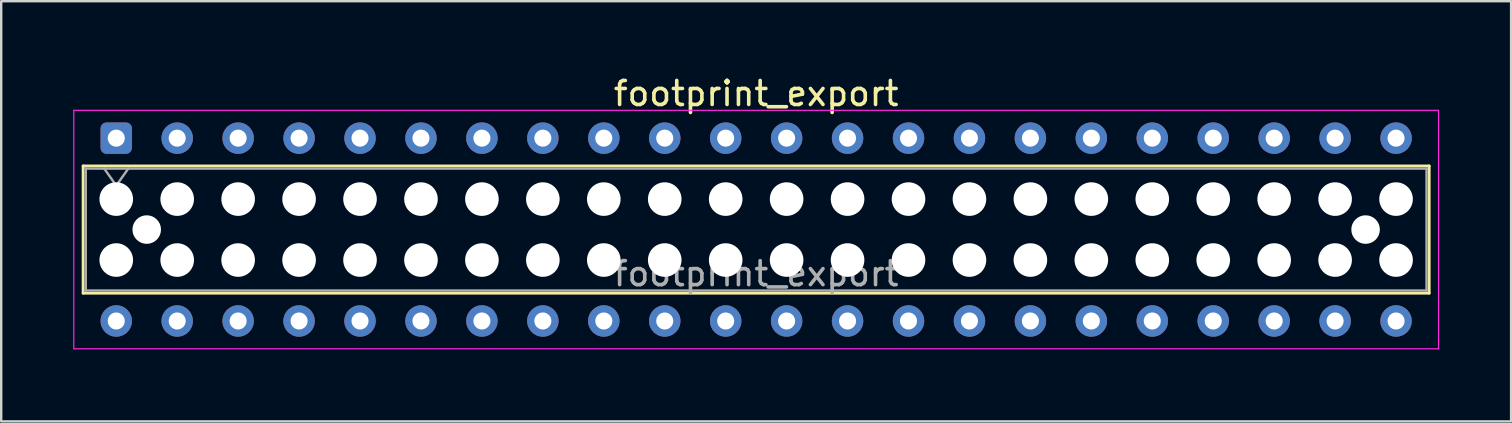
<source format=kicad_pcb>
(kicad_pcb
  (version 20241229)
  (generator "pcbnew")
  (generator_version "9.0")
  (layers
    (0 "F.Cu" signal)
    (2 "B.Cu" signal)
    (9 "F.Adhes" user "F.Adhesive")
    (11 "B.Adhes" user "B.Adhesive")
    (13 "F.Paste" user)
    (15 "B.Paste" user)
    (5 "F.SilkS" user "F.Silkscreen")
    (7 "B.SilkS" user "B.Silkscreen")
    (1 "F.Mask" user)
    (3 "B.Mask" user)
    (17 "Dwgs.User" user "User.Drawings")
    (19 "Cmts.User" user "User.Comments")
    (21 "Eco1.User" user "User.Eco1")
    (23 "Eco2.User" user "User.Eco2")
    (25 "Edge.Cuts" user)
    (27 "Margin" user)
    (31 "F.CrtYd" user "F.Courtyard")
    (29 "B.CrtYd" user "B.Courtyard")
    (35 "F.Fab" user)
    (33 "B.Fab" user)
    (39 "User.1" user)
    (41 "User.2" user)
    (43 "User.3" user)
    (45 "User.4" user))
  (footprint "footprint_export"
    (layer "F.Cu")
    (at 1.795 2.708)
    (property "Reference" "footprint_export" (at 26.67 -1.86 0) (layer "F.SilkS") (effects (font (size 1 1) (thickness 0.15))))
    (attr through_hole)
    (fp_line (start -1.38 1.16) (end 54.72 1.16) (stroke (width 0.12) (type solid)) (layer "F.SilkS"))
    (fp_line (start -1.38 6.46) (end -1.38 1.16) (stroke (width 0.12) (type solid)) (layer "F.SilkS"))
    (fp_line (start 54.72 1.16) (end 54.72 6.46) (stroke (width 0.12) (type solid)) (layer "F.SilkS"))
    (fp_line (start 54.72 6.46) (end -1.38 6.46) (stroke (width 0.12) (type solid)) (layer "F.SilkS"))
    (fp_line (start -1.77 -1.16) (end 55.11 -1.16) (stroke (width 0.05) (type solid)) (layer "F.CrtYd"))
    (fp_line (start -1.77 8.78) (end -1.77 -1.16) (stroke (width 0.05) (type solid)) (layer "F.CrtYd"))
    (fp_line (start 55.11 -1.16) (end 55.11 8.78) (stroke (width 0.05) (type solid)) (layer "F.CrtYd"))
    (fp_line (start 55.11 8.78) (end -1.77 8.78) (stroke (width 0.05) (type solid)) (layer "F.CrtYd"))
    (fp_line (start -1.27 1.27) (end 54.61 1.27) (stroke (width 0.1) (type solid)) (layer "F.Fab"))
    (fp_line (start -1.27 6.35) (end -1.27 1.27) (stroke (width 0.1) (type solid)) (layer "F.Fab"))
    (fp_line (start -0.5 1.27) (end 0 1.977) (stroke (width 0.1) (type solid)) (layer "F.Fab"))
    (fp_line (start 0 1.977) (end 0.5 1.27) (stroke (width 0.1) (type solid)) (layer "F.Fab"))
    (fp_line (start 54.61 1.27) (end 54.61 6.35) (stroke (width 0.1) (type solid)) (layer "F.Fab"))
    (fp_line (start 54.61 6.35) (end -1.27 6.35) (stroke (width 0.1) (type solid)) (layer "F.Fab"))
    (fp_text user "${REFERENCE}" (at 26.67 5.65 0) (layer "F.Fab") (effects (font (size 1 1) (thickness 0.15))))
    (pad "" np_thru_hole circle (at 0 2.54) (size 1.4 1.4) (drill 1.4) (layers "*.Cu" "*.Mask"))
    (pad "" np_thru_hole circle (at 0 5.08) (size 1.4 1.4) (drill 1.4) (layers "*.Cu" "*.Mask"))
    (pad "" np_thru_hole circle (at 1.27 3.81) (size 1.19 1.19) (drill 1.19) (layers "*.Cu" "*.Mask"))
    (pad "" np_thru_hole circle (at 2.54 2.54) (size 1.4 1.4) (drill 1.4) (layers "*.Cu" "*.Mask"))
    (pad "" np_thru_hole circle (at 2.54 5.08) (size 1.4 1.4) (drill 1.4) (layers "*.Cu" "*.Mask"))
    (pad "" np_thru_hole circle (at 5.08 2.54) (size 1.4 1.4) (drill 1.4) (layers "*.Cu" "*.Mask"))
    (pad "" np_thru_hole circle (at 5.08 5.08) (size 1.4 1.4) (drill 1.4) (layers "*.Cu" "*.Mask"))
    (pad "" np_thru_hole circle (at 7.62 2.54) (size 1.4 1.4) (drill 1.4) (layers "*.Cu" "*.Mask"))
    (pad "" np_thru_hole circle (at 7.62 5.08) (size 1.4 1.4) (drill 1.4) (layers "*.Cu" "*.Mask"))
    (pad "" np_thru_hole circle (at 10.16 2.54) (size 1.4 1.4) (drill 1.4) (layers "*.Cu" "*.Mask"))
    (pad "" np_thru_hole circle (at 10.16 5.08) (size 1.4 1.4) (drill 1.4) (layers "*.Cu" "*.Mask"))
    (pad "" np_thru_hole circle (at 12.7 2.54) (size 1.4 1.4) (drill 1.4) (layers "*.Cu" "*.Mask"))
    (pad "" np_thru_hole circle (at 12.7 5.08) (size 1.4 1.4) (drill 1.4) (layers "*.Cu" "*.Mask"))
    (pad "" np_thru_hole circle (at 15.24 2.54) (size 1.4 1.4) (drill 1.4) (layers "*.Cu" "*.Mask"))
    (pad "" np_thru_hole circle (at 15.24 5.08) (size 1.4 1.4) (drill 1.4) (layers "*.Cu" "*.Mask"))
    (pad "" np_thru_hole circle (at 17.78 2.54) (size 1.4 1.4) (drill 1.4) (layers "*.Cu" "*.Mask"))
    (pad "" np_thru_hole circle (at 17.78 5.08) (size 1.4 1.4) (drill 1.4) (layers "*.Cu" "*.Mask"))
    (pad "" np_thru_hole circle (at 20.32 2.54) (size 1.4 1.4) (drill 1.4) (layers "*.Cu" "*.Mask"))
    (pad "" np_thru_hole circle (at 20.32 5.08) (size 1.4 1.4) (drill 1.4) (layers "*.Cu" "*.Mask"))
    (pad "" np_thru_hole circle (at 22.86 2.54) (size 1.4 1.4) (drill 1.4) (layers "*.Cu" "*.Mask"))
    (pad "" np_thru_hole circle (at 22.86 5.08) (size 1.4 1.4) (drill 1.4) (layers "*.Cu" "*.Mask"))
    (pad "" np_thru_hole circle (at 25.4 2.54) (size 1.4 1.4) (drill 1.4) (layers "*.Cu" "*.Mask"))
    (pad "" np_thru_hole circle (at 25.4 5.08) (size 1.4 1.4) (drill 1.4) (layers "*.Cu" "*.Mask"))
    (pad "" np_thru_hole circle (at 27.94 2.54) (size 1.4 1.4) (drill 1.4) (layers "*.Cu" "*.Mask"))
    (pad "" np_thru_hole circle (at 27.94 5.08) (size 1.4 1.4) (drill 1.4) (layers "*.Cu" "*.Mask"))
    (pad "" np_thru_hole circle (at 30.48 2.54) (size 1.4 1.4) (drill 1.4) (layers "*.Cu" "*.Mask"))
    (pad "" np_thru_hole circle (at 30.48 5.08) (size 1.4 1.4) (drill 1.4) (layers "*.Cu" "*.Mask"))
    (pad "" np_thru_hole circle (at 33.02 2.54) (size 1.4 1.4) (drill 1.4) (layers "*.Cu" "*.Mask"))
    (pad "" np_thru_hole circle (at 33.02 5.08) (size 1.4 1.4) (drill 1.4) (layers "*.Cu" "*.Mask"))
    (pad "" np_thru_hole circle (at 35.56 2.54) (size 1.4 1.4) (drill 1.4) (layers "*.Cu" "*.Mask"))
    (pad "" np_thru_hole circle (at 35.56 5.08) (size 1.4 1.4) (drill 1.4) (layers "*.Cu" "*.Mask"))
    (pad "" np_thru_hole circle (at 38.1 2.54) (size 1.4 1.4) (drill 1.4) (layers "*.Cu" "*.Mask"))
    (pad "" np_thru_hole circle (at 38.1 5.08) (size 1.4 1.4) (drill 1.4) (layers "*.Cu" "*.Mask"))
    (pad "" np_thru_hole circle (at 40.64 2.54) (size 1.4 1.4) (drill 1.4) (layers "*.Cu" "*.Mask"))
    (pad "" np_thru_hole circle (at 40.64 5.08) (size 1.4 1.4) (drill 1.4) (layers "*.Cu" "*.Mask"))
    (pad "" np_thru_hole circle (at 43.18 2.54) (size 1.4 1.4) (drill 1.4) (layers "*.Cu" "*.Mask"))
    (pad "" np_thru_hole circle (at 43.18 5.08) (size 1.4 1.4) (drill 1.4) (layers "*.Cu" "*.Mask"))
    (pad "" np_thru_hole circle (at 45.72 2.54) (size 1.4 1.4) (drill 1.4) (layers "*.Cu" "*.Mask"))
    (pad "" np_thru_hole circle (at 45.72 5.08) (size 1.4 1.4) (drill 1.4) (layers "*.Cu" "*.Mask"))
    (pad "" np_thru_hole circle (at 48.26 2.54) (size 1.4 1.4) (drill 1.4) (layers "*.Cu" "*.Mask"))
    (pad "" np_thru_hole circle (at 48.26 5.08) (size 1.4 1.4) (drill 1.4) (layers "*.Cu" "*.Mask"))
    (pad "" np_thru_hole circle (at 50.8 2.54) (size 1.4 1.4) (drill 1.4) (layers "*.Cu" "*.Mask"))
    (pad "" np_thru_hole circle (at 50.8 5.08) (size 1.4 1.4) (drill 1.4) (layers "*.Cu" "*.Mask"))
    (pad "" np_thru_hole circle (at 52.07 3.81) (size 1.19 1.19) (drill 1.19) (layers "*.Cu" "*.Mask"))
    (pad "" np_thru_hole circle (at 53.34 2.54) (size 1.4 1.4) (drill 1.4) (layers "*.Cu" "*.Mask"))
    (pad "" np_thru_hole circle (at 53.34 5.08) (size 1.4 1.4) (drill 1.4) (layers "*.Cu" "*.Mask"))
    (pad "1" thru_hole roundrect (at 0 0) (size 1.31 1.31) (drill 0.71) (layers "*.Cu" "*.Mask") (roundrect_rratio 0.191))
    (pad "2" thru_hole circle (at 0 7.62) (size 1.31 1.31) (drill 0.71) (layers "*.Cu" "*.Mask"))
    (pad "3" thru_hole circle (at 2.54 0) (size 1.31 1.31) (drill 0.71) (layers "*.Cu" "*.Mask"))
    (pad "4" thru_hole circle (at 2.54 7.62) (size 1.31 1.31) (drill 0.71) (layers "*.Cu" "*.Mask"))
    (pad "5" thru_hole circle (at 5.08 0) (size 1.31 1.31) (drill 0.71) (layers "*.Cu" "*.Mask"))
    (pad "6" thru_hole circle (at 5.08 7.62) (size 1.31 1.31) (drill 0.71) (layers "*.Cu" "*.Mask"))
    (pad "7" thru_hole circle (at 7.62 0) (size 1.31 1.31) (drill 0.71) (layers "*.Cu" "*.Mask"))
    (pad "8" thru_hole circle (at 7.62 7.62) (size 1.31 1.31) (drill 0.71) (layers "*.Cu" "*.Mask"))
    (pad "9" thru_hole circle (at 10.16 0) (size 1.31 1.31) (drill 0.71) (layers "*.Cu" "*.Mask"))
    (pad "10" thru_hole circle (at 10.16 7.62) (size 1.31 1.31) (drill 0.71) (layers "*.Cu" "*.Mask"))
    (pad "11" thru_hole circle (at 12.7 0) (size 1.31 1.31) (drill 0.71) (layers "*.Cu" "*.Mask"))
    (pad "12" thru_hole circle (at 12.7 7.62) (size 1.31 1.31) (drill 0.71) (layers "*.Cu" "*.Mask"))
    (pad "13" thru_hole circle (at 15.24 0) (size 1.31 1.31) (drill 0.71) (layers "*.Cu" "*.Mask"))
    (pad "14" thru_hole circle (at 15.24 7.62) (size 1.31 1.31) (drill 0.71) (layers "*.Cu" "*.Mask"))
    (pad "15" thru_hole circle (at 17.78 0) (size 1.31 1.31) (drill 0.71) (layers "*.Cu" "*.Mask"))
    (pad "16" thru_hole circle (at 17.78 7.62) (size 1.31 1.31) (drill 0.71) (layers "*.Cu" "*.Mask"))
    (pad "17" thru_hole circle (at 20.32 0) (size 1.31 1.31) (drill 0.71) (layers "*.Cu" "*.Mask"))
    (pad "18" thru_hole circle (at 20.32 7.62) (size 1.31 1.31) (drill 0.71) (layers "*.Cu" "*.Mask"))
    (pad "19" thru_hole circle (at 22.86 0) (size 1.31 1.31) (drill 0.71) (layers "*.Cu" "*.Mask"))
    (pad "20" thru_hole circle (at 22.86 7.62) (size 1.31 1.31) (drill 0.71) (layers "*.Cu" "*.Mask"))
    (pad "21" thru_hole circle (at 25.4 0) (size 1.31 1.31) (drill 0.71) (layers "*.Cu" "*.Mask"))
    (pad "22" thru_hole circle (at 25.4 7.62) (size 1.31 1.31) (drill 0.71) (layers "*.Cu" "*.Mask"))
    (pad "23" thru_hole circle (at 27.94 0) (size 1.31 1.31) (drill 0.71) (layers "*.Cu" "*.Mask"))
    (pad "24" thru_hole circle (at 27.94 7.62) (size 1.31 1.31) (drill 0.71) (layers "*.Cu" "*.Mask"))
    (pad "25" thru_hole circle (at 30.48 0) (size 1.31 1.31) (drill 0.71) (layers "*.Cu" "*.Mask"))
    (pad "26" thru_hole circle (at 30.48 7.62) (size 1.31 1.31) (drill 0.71) (layers "*.Cu" "*.Mask"))
    (pad "27" thru_hole circle (at 33.02 0) (size 1.31 1.31) (drill 0.71) (layers "*.Cu" "*.Mask"))
    (pad "28" thru_hole circle (at 33.02 7.62) (size 1.31 1.31) (drill 0.71) (layers "*.Cu" "*.Mask"))
    (pad "29" thru_hole circle (at 35.56 0) (size 1.31 1.31) (drill 0.71) (layers "*.Cu" "*.Mask"))
    (pad "30" thru_hole circle (at 35.56 7.62) (size 1.31 1.31) (drill 0.71) (layers "*.Cu" "*.Mask"))
    (pad "31" thru_hole circle (at 38.1 0) (size 1.31 1.31) (drill 0.71) (layers "*.Cu" "*.Mask"))
    (pad "32" thru_hole circle (at 38.1 7.62) (size 1.31 1.31) (drill 0.71) (layers "*.Cu" "*.Mask"))
    (pad "33" thru_hole circle (at 40.64 0) (size 1.31 1.31) (drill 0.71) (layers "*.Cu" "*.Mask"))
    (pad "34" thru_hole circle (at 40.64 7.62) (size 1.31 1.31) (drill 0.71) (layers "*.Cu" "*.Mask"))
    (pad "35" thru_hole circle (at 43.18 0) (size 1.31 1.31) (drill 0.71) (layers "*.Cu" "*.Mask"))
    (pad "36" thru_hole circle (at 43.18 7.62) (size 1.31 1.31) (drill 0.71) (layers "*.Cu" "*.Mask"))
    (pad "37" thru_hole circle (at 45.72 0) (size 1.31 1.31) (drill 0.71) (layers "*.Cu" "*.Mask"))
    (pad "38" thru_hole circle (at 45.72 7.62) (size 1.31 1.31) (drill 0.71) (layers "*.Cu" "*.Mask"))
    (pad "39" thru_hole circle (at 48.26 0) (size 1.31 1.31) (drill 0.71) (layers "*.Cu" "*.Mask"))
    (pad "40" thru_hole circle (at 48.26 7.62) (size 1.31 1.31) (drill 0.71) (layers "*.Cu" "*.Mask"))
    (pad "41" thru_hole circle (at 50.8 0) (size 1.31 1.31) (drill 0.71) (layers "*.Cu" "*.Mask"))
    (pad "42" thru_hole circle (at 50.8 7.62) (size 1.31 1.31) (drill 0.71) (layers "*.Cu" "*.Mask"))
    (pad "43" thru_hole circle (at 53.34 0) (size 1.31 1.31) (drill 0.71) (layers "*.Cu" "*.Mask"))
    (pad "44" thru_hole circle (at 53.34 7.62) (size 1.31 1.31) (drill 0.71) (layers "*.Cu" "*.Mask")))
  (gr_rect
    (start -3 -3)
    (end 59.93 14.513)
    (stroke (width 0.1) (type default))
    (fill no)
    (layer "Edge.Cuts")))
</source>
